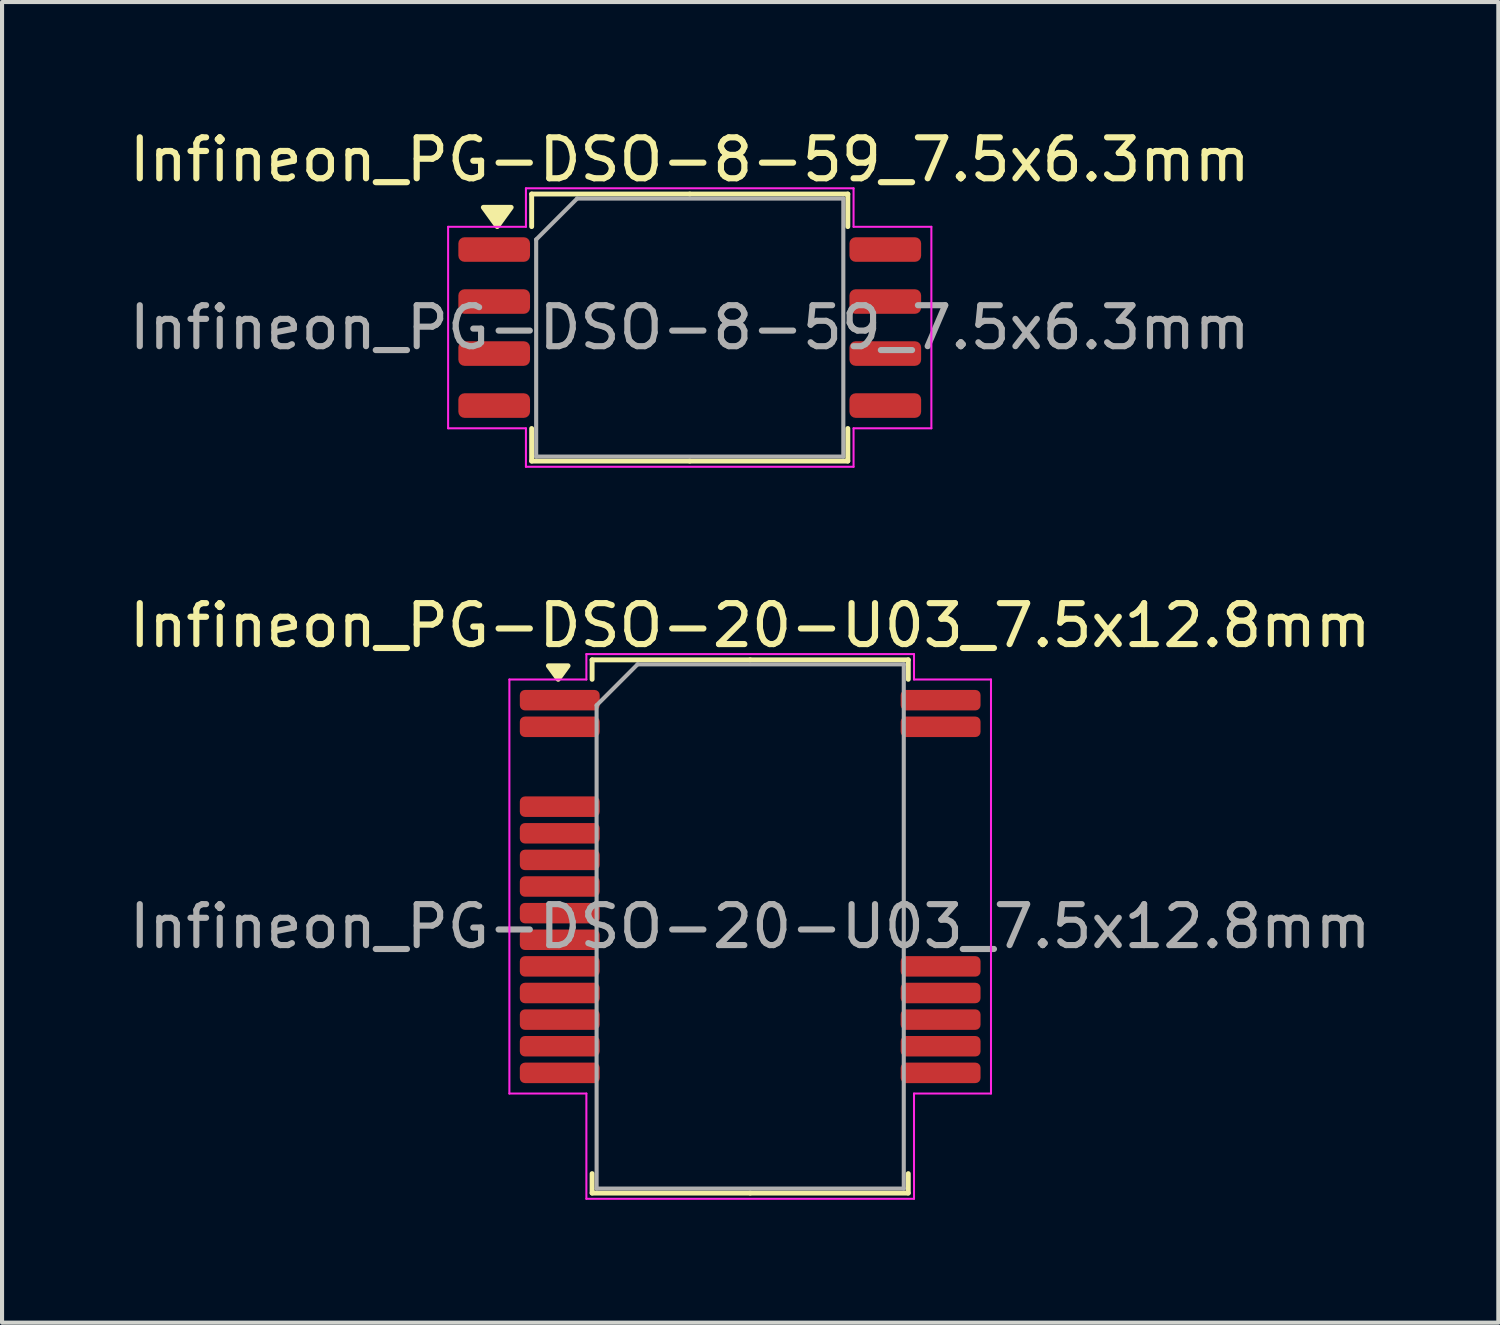
<source format=kicad_pcb>
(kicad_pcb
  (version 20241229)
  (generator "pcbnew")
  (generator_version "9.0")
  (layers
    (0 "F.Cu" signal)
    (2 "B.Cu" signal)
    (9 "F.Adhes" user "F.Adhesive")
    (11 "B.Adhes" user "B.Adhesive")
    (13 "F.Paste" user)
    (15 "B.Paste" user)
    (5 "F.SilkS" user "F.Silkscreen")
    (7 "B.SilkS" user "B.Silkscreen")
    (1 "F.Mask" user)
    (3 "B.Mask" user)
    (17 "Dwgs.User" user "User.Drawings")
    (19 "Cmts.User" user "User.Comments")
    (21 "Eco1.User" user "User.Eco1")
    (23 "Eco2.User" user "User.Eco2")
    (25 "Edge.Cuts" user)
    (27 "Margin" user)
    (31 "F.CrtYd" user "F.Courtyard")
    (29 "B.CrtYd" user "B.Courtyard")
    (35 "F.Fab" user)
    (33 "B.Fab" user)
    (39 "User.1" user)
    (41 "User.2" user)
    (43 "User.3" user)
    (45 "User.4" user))
  (footprint "Infineon_PG-DSO-8-59_7.5x6.3mm"
    (layer "F.Cu")
    (at 13.792 4.948)
    (property "Reference" "Infineon_PG-DSO-8-59_7.5x6.3mm" (at 0 -4.1 0) (layer "F.SilkS") (effects (font (size 1 1) (thickness 0.15))))
    (attr smd)
    (fp_line (start -3.86 -3.26) (end -3.86 -2.465) (stroke (width 0.12) (type solid)) (layer "F.SilkS"))
    (fp_line (start -3.86 3.26) (end -3.86 2.465) (stroke (width 0.12) (type solid)) (layer "F.SilkS"))
    (fp_line (start 0 -3.26) (end -3.86 -3.26) (stroke (width 0.12) (type solid)) (layer "F.SilkS"))
    (fp_line (start 0 -3.26) (end 3.86 -3.26) (stroke (width 0.12) (type solid)) (layer "F.SilkS"))
    (fp_line (start 0 3.26) (end -3.86 3.26) (stroke (width 0.12) (type solid)) (layer "F.SilkS"))
    (fp_line (start 0 3.26) (end 3.86 3.26) (stroke (width 0.12) (type solid)) (layer "F.SilkS"))
    (fp_line (start 3.86 -3.26) (end 3.86 -2.465) (stroke (width 0.12) (type solid)) (layer "F.SilkS"))
    (fp_line (start 3.86 3.26) (end 3.86 2.465) (stroke (width 0.12) (type solid)) (layer "F.SilkS"))
    (fp_poly (pts (xy -4.7 -2.465) (xy -5.04 -2.935) (xy -4.36 -2.935)) (stroke (width 0.12) (type solid)) (fill yes) (layer "F.SilkS"))
    (fp_line (start -5.9 -2.46) (end -4 -2.46) (stroke (width 0.05) (type solid)) (layer "F.CrtYd"))
    (fp_line (start -5.9 2.46) (end -5.9 -2.46) (stroke (width 0.05) (type solid)) (layer "F.CrtYd"))
    (fp_line (start -4 -3.4) (end 4 -3.4) (stroke (width 0.05) (type solid)) (layer "F.CrtYd"))
    (fp_line (start -4 -2.46) (end -4 -3.4) (stroke (width 0.05) (type solid)) (layer "F.CrtYd"))
    (fp_line (start -4 2.46) (end -5.9 2.46) (stroke (width 0.05) (type solid)) (layer "F.CrtYd"))
    (fp_line (start -4 3.4) (end -4 2.46) (stroke (width 0.05) (type solid)) (layer "F.CrtYd"))
    (fp_line (start 4 -3.4) (end 4 -2.46) (stroke (width 0.05) (type solid)) (layer "F.CrtYd"))
    (fp_line (start 4 -2.46) (end 5.9 -2.46) (stroke (width 0.05) (type solid)) (layer "F.CrtYd"))
    (fp_line (start 4 2.46) (end 4 3.4) (stroke (width 0.05) (type solid)) (layer "F.CrtYd"))
    (fp_line (start 4 3.4) (end -4 3.4) (stroke (width 0.05) (type solid)) (layer "F.CrtYd"))
    (fp_line (start 5.9 -2.46) (end 5.9 2.46) (stroke (width 0.05) (type solid)) (layer "F.CrtYd"))
    (fp_line (start 5.9 2.46) (end 4 2.46) (stroke (width 0.05) (type solid)) (layer "F.CrtYd"))
    (fp_line (start -3.75 -2.15) (end -2.75 -3.15) (stroke (width 0.1) (type solid)) (layer "F.Fab"))
    (fp_line (start -3.75 3.15) (end -3.75 -2.15) (stroke (width 0.1) (type solid)) (layer "F.Fab"))
    (fp_line (start -2.75 -3.15) (end 3.75 -3.15) (stroke (width 0.1) (type solid)) (layer "F.Fab"))
    (fp_line (start 3.75 -3.15) (end 3.75 3.15) (stroke (width 0.1) (type solid)) (layer "F.Fab"))
    (fp_line (start 3.75 3.15) (end -3.75 3.15) (stroke (width 0.1) (type solid)) (layer "F.Fab"))
    (fp_text user "${REFERENCE}" (at 0 0 0) (layer "F.Fab") (effects (font (size 1 1) (thickness 0.15))))
    (pad "1" smd roundrect (at -4.775 -1.905) (size 1.75 0.6) (layers "F.Cu" "F.Mask" "F.Paste") (roundrect_rratio 0.25))
    (pad "2" smd roundrect (at -4.775 -0.635) (size 1.75 0.6) (layers "F.Cu" "F.Mask" "F.Paste") (roundrect_rratio 0.25))
    (pad "3" smd roundrect (at -4.775 0.635) (size 1.75 0.6) (layers "F.Cu" "F.Mask" "F.Paste") (roundrect_rratio 0.25))
    (pad "4" smd roundrect (at -4.775 1.905) (size 1.75 0.6) (layers "F.Cu" "F.Mask" "F.Paste") (roundrect_rratio 0.25))
    (pad "5" smd roundrect (at 4.775 1.905) (size 1.75 0.6) (layers "F.Cu" "F.Mask" "F.Paste") (roundrect_rratio 0.25))
    (pad "6" smd roundrect (at 4.775 0.635) (size 1.75 0.6) (layers "F.Cu" "F.Mask" "F.Paste") (roundrect_rratio 0.25))
    (pad "7" smd roundrect (at 4.775 -0.635) (size 1.75 0.6) (layers "F.Cu" "F.Mask" "F.Paste") (roundrect_rratio 0.25))
    (pad "8" smd roundrect (at 4.775 -1.905) (size 1.75 0.6) (layers "F.Cu" "F.Mask" "F.Paste") (roundrect_rratio 0.25)))
  (footprint "Infineon_PG-DSO-20-U03_7.5x12.8mm"
    (layer "F.Cu")
    (at 15.268 19.572)
    (property "Reference" "Infineon_PG-DSO-20-U03_7.5x12.8mm" (at 0 -7.35 0) (layer "F.SilkS") (effects (font (size 1 1) (thickness 0.15))))
    (attr smd)
    (fp_line (start -3.86 -6.51) (end -3.86 -6.035) (stroke (width 0.12) (type solid)) (layer "F.SilkS"))
    (fp_line (start -3.86 6.51) (end -3.86 6.035) (stroke (width 0.12) (type solid)) (layer "F.SilkS"))
    (fp_line (start 0 -6.51) (end -3.86 -6.51) (stroke (width 0.12) (type solid)) (layer "F.SilkS"))
    (fp_line (start 0 -6.51) (end 3.86 -6.51) (stroke (width 0.12) (type solid)) (layer "F.SilkS"))
    (fp_line (start 0 6.51) (end -3.86 6.51) (stroke (width 0.12) (type solid)) (layer "F.SilkS"))
    (fp_line (start 0 6.51) (end 3.86 6.51) (stroke (width 0.12) (type solid)) (layer "F.SilkS"))
    (fp_line (start 3.86 -6.51) (end 3.86 -6.035) (stroke (width 0.12) (type solid)) (layer "F.SilkS"))
    (fp_line (start 3.86 6.51) (end 3.86 6.035) (stroke (width 0.12) (type solid)) (layer "F.SilkS"))
    (fp_poly (pts (xy -4.688 -6.035) (xy -4.928 -6.365) (xy -4.447 -6.365)) (stroke (width 0.12) (type solid)) (fill yes) (layer "F.SilkS"))
    (fp_line (start -5.88 -6.03) (end -4 -6.03) (stroke (width 0.05) (type solid)) (layer "F.CrtYd"))
    (fp_line (start -5.88 4.08) (end -5.88 -6.03) (stroke (width 0.05) (type solid)) (layer "F.CrtYd"))
    (fp_line (start -4 -6.65) (end 4 -6.65) (stroke (width 0.05) (type solid)) (layer "F.CrtYd"))
    (fp_line (start -4 -6.03) (end -4 -6.65) (stroke (width 0.05) (type solid)) (layer "F.CrtYd"))
    (fp_line (start -4 4.08) (end -5.88 4.08) (stroke (width 0.05) (type solid)) (layer "F.CrtYd"))
    (fp_line (start -4 6.65) (end -4 4.08) (stroke (width 0.05) (type solid)) (layer "F.CrtYd"))
    (fp_line (start 4 -6.65) (end 4 -6.03) (stroke (width 0.05) (type solid)) (layer "F.CrtYd"))
    (fp_line (start 4 -6.03) (end 5.88 -6.03) (stroke (width 0.05) (type solid)) (layer "F.CrtYd"))
    (fp_line (start 4 4.08) (end 4 6.65) (stroke (width 0.05) (type solid)) (layer "F.CrtYd"))
    (fp_line (start 4 6.65) (end -4 6.65) (stroke (width 0.05) (type solid)) (layer "F.CrtYd"))
    (fp_line (start 5.88 -6.03) (end 5.88 4.08) (stroke (width 0.05) (type solid)) (layer "F.CrtYd"))
    (fp_line (start 5.88 4.08) (end 4 4.08) (stroke (width 0.05) (type solid)) (layer "F.CrtYd"))
    (fp_line (start -3.75 -5.4) (end -2.75 -6.4) (stroke (width 0.1) (type solid)) (layer "F.Fab"))
    (fp_line (start -3.75 6.4) (end -3.75 -5.4) (stroke (width 0.1) (type solid)) (layer "F.Fab"))
    (fp_line (start -2.75 -6.4) (end 3.75 -6.4) (stroke (width 0.1) (type solid)) (layer "F.Fab"))
    (fp_line (start 3.75 -6.4) (end 3.75 6.4) (stroke (width 0.1) (type solid)) (layer "F.Fab"))
    (fp_line (start 3.75 6.4) (end -3.75 6.4) (stroke (width 0.1) (type solid)) (layer "F.Fab"))
    (fp_text user "${REFERENCE}" (at 0 0 0) (layer "F.Fab") (effects (font (size 1 1) (thickness 0.15))))
    (pad "1" smd roundrect (at -4.65 -5.525) (size 1.95 0.5) (layers "F.Cu" "F.Mask" "F.Paste") (roundrect_rratio 0.25))
    (pad "2" smd roundrect (at -4.65 -4.875) (size 1.95 0.5) (layers "F.Cu" "F.Mask" "F.Paste") (roundrect_rratio 0.25))
    (pad "3" smd roundrect (at -4.65 -2.925) (size 1.95 0.5) (layers "F.Cu" "F.Mask" "F.Paste") (roundrect_rratio 0.25))
    (pad "4" smd roundrect (at -4.65 -2.275) (size 1.95 0.5) (layers "F.Cu" "F.Mask" "F.Paste") (roundrect_rratio 0.25))
    (pad "5" smd roundrect (at -4.65 -1.625) (size 1.95 0.5) (layers "F.Cu" "F.Mask" "F.Paste") (roundrect_rratio 0.25))
    (pad "6" smd roundrect (at -4.65 -0.975) (size 1.95 0.5) (layers "F.Cu" "F.Mask" "F.Paste") (roundrect_rratio 0.25))
    (pad "7" smd roundrect (at -4.65 -0.325) (size 1.95 0.5) (layers "F.Cu" "F.Mask" "F.Paste") (roundrect_rratio 0.25))
    (pad "8" smd roundrect (at -4.65 0.325) (size 1.95 0.5) (layers "F.Cu" "F.Mask" "F.Paste") (roundrect_rratio 0.25))
    (pad "9" smd roundrect (at -4.65 0.975) (size 1.95 0.5) (layers "F.Cu" "F.Mask" "F.Paste") (roundrect_rratio 0.25))
    (pad "10" smd roundrect (at -4.65 1.625) (size 1.95 0.5) (layers "F.Cu" "F.Mask" "F.Paste") (roundrect_rratio 0.25))
    (pad "11" smd roundrect (at -4.65 2.275) (size 1.95 0.5) (layers "F.Cu" "F.Mask" "F.Paste") (roundrect_rratio 0.25))
    (pad "12" smd roundrect (at -4.65 2.925) (size 1.95 0.5) (layers "F.Cu" "F.Mask" "F.Paste") (roundrect_rratio 0.25))
    (pad "13" smd roundrect (at -4.65 3.575) (size 1.95 0.5) (layers "F.Cu" "F.Mask" "F.Paste") (roundrect_rratio 0.25))
    (pad "14" smd roundrect (at 4.65 3.575) (size 1.95 0.5) (layers "F.Cu" "F.Mask" "F.Paste") (roundrect_rratio 0.25))
    (pad "15" smd roundrect (at 4.65 2.925) (size 1.95 0.5) (layers "F.Cu" "F.Mask" "F.Paste") (roundrect_rratio 0.25))
    (pad "16" smd roundrect (at 4.65 2.275) (size 1.95 0.5) (layers "F.Cu" "F.Mask" "F.Paste") (roundrect_rratio 0.25))
    (pad "17" smd roundrect (at 4.65 1.625) (size 1.95 0.5) (layers "F.Cu" "F.Mask" "F.Paste") (roundrect_rratio 0.25))
    (pad "18" smd roundrect (at 4.65 0.975) (size 1.95 0.5) (layers "F.Cu" "F.Mask" "F.Paste") (roundrect_rratio 0.25))
    (pad "19" smd roundrect (at 4.65 -4.875) (size 1.95 0.5) (layers "F.Cu" "F.Mask" "F.Paste") (roundrect_rratio 0.25))
    (pad "20" smd roundrect (at 4.65 -5.525) (size 1.95 0.5) (layers "F.Cu" "F.Mask" "F.Paste") (roundrect_rratio 0.25)))
  (gr_rect
    (start -3 -3)
    (end 33.536 29.247)
    (stroke (width 0.1) (type default))
    (fill no)
    (layer "Edge.Cuts")))
</source>
